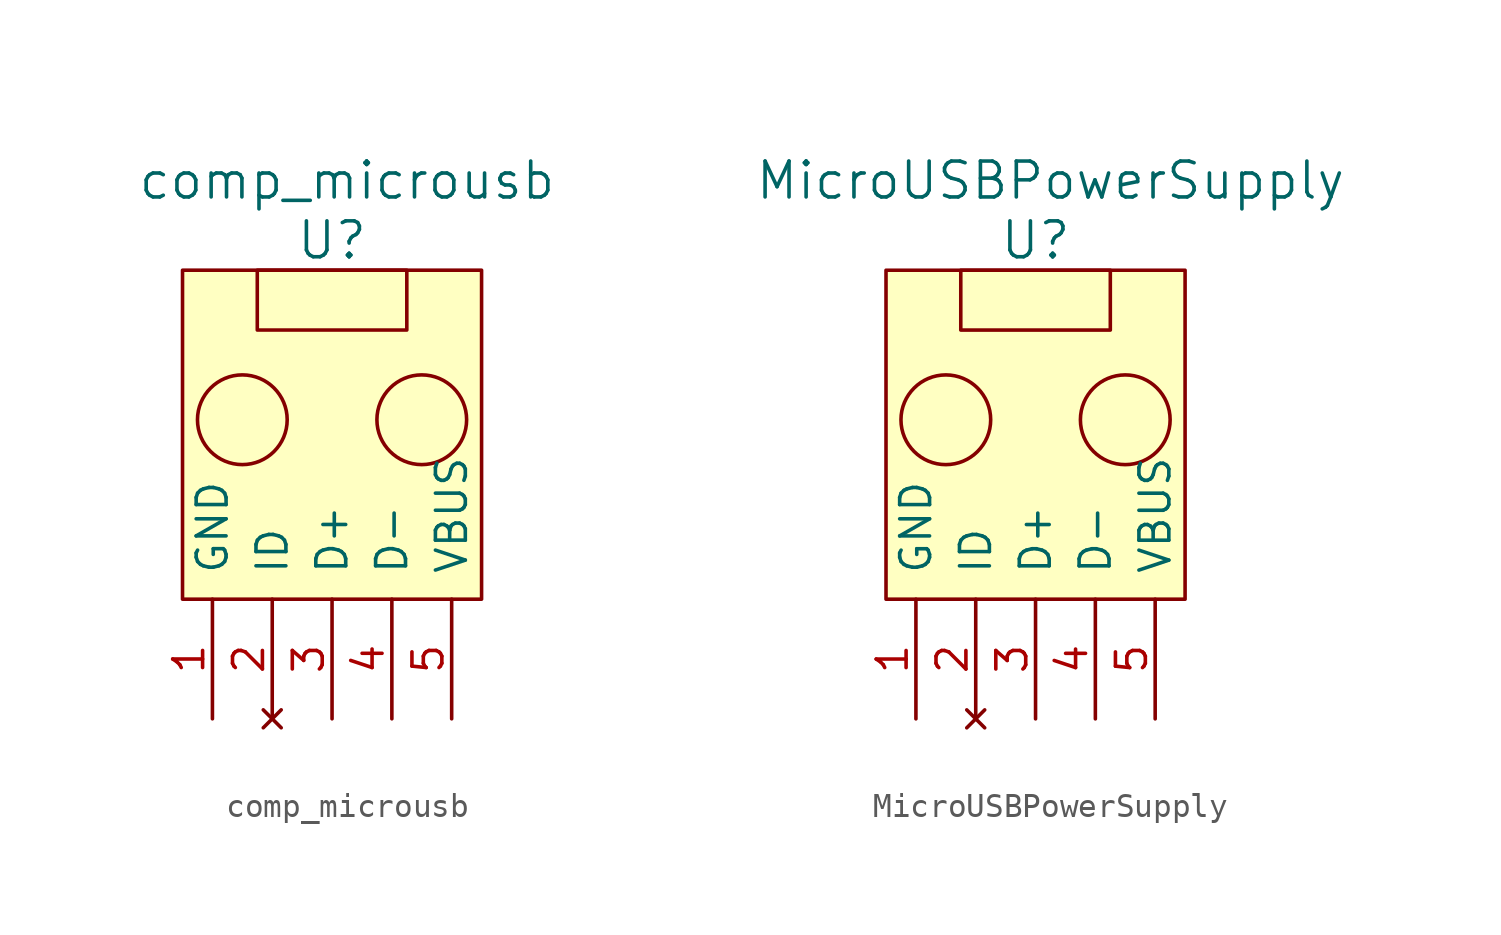
<source format=kicad_sym>
(kicad_symbol_lib
  (version 20231120)
  (generator "kicad_symbol_editor")
  (generator_version "8.0")
  (symbol "comp_microusb"
    (pin_names
      (offset 1.016))
    (property "Reference" "U"
      (at 0 7.62 0)
      (effects (font (size 1.524 1.524))))
    (property "Value" "comp_microusb"
      (at 0.635 10.16 0)
      (effects (font (size 1.524 1.524))))
    (symbol "comp_microusb_0_1"
      (rectangle (start -6.35 -7.62) (end 6.35 6.35) (stroke (width 0) (type solid)) (fill (type background)))
      (circle (center -3.81 0) (radius 1.905) (stroke (width 0) (type solid)) (fill (type none)))
      (rectangle (start -3.175 6.35) (end 3.175 3.81) (stroke (width 0) (type solid)) (fill (type none)))
      (circle (center 3.81 0) (radius 1.905) (stroke (width 0) (type solid)) (fill (type none))))
    (symbol "comp_microusb_1_1"
      (pin power_out line (at -5.08 -12.7 90) (length 5.08) (name "GND" (effects (font (size 1.27 1.27)))) (number "1" (effects (font (size 1.27 1.27)))))
      (pin no_connect line (at -2.54 -12.7 90) (length 5.08) (name "ID" (effects (font (size 1.27 1.27)))) (number "2" (effects (font (size 1.27 1.27)))))
      (pin input line (at 0 -12.7 90) (length 5.08) (name "D+" (effects (font (size 1.27 1.27)))) (number "3" (effects (font (size 1.27 1.27)))))
      (pin input line (at 2.54 -12.7 90) (length 5.08) (name "D-" (effects (font (size 1.27 1.27)))) (number "4" (effects (font (size 1.27 1.27)))))
      (pin power_out line (at 5.08 -12.7 90) (length 5.08) (name "VBUS" (effects (font (size 1.27 1.27)))) (number "5" (effects (font (size 1.27 1.27)))))))
  (symbol "MicroUSBPowerSupply"
    (pin_names
      (offset 1.016))
    (property "Reference" "U"
      (at 0 7.62 0)
      (effects (font (size 1.524 1.524))))
    (property "Value" "MicroUSBPowerSupply"
      (at 0.635 10.16 0)
      (effects (font (size 1.524 1.524))))
    (symbol "MicroUSBPowerSupply_0_1"
      (rectangle (start -6.35 -7.62) (end 6.35 6.35) (stroke (width 0) (type solid)) (fill (type background)))
      (circle (center -3.81 0) (radius 1.905) (stroke (width 0) (type solid)) (fill (type none)))
      (rectangle (start -3.175 6.35) (end 3.175 3.81) (stroke (width 0) (type solid)) (fill (type none)))
      (circle (center 3.81 0) (radius 1.905) (stroke (width 0) (type solid)) (fill (type none))))
    (symbol "MicroUSBPowerSupply_1_1"
      (pin power_out line (at -5.08 -12.7 90) (length 5.08) (name "GND" (effects (font (size 1.27 1.27)))) (number "1" (effects (font (size 1.27 1.27)))))
      (pin no_connect line (at -2.54 -12.7 90) (length 5.08) (name "ID" (effects (font (size 1.27 1.27)))) (number "2" (effects (font (size 1.27 1.27)))))
      (pin input line (at 0 -12.7 90) (length 5.08) (name "D+" (effects (font (size 1.27 1.27)))) (number "3" (effects (font (size 1.27 1.27)))))
      (pin input line (at 2.54 -12.7 90) (length 5.08) (name "D-" (effects (font (size 1.27 1.27)))) (number "4" (effects (font (size 1.27 1.27)))))
      (pin power_out line (at 5.08 -12.7 90) (length 5.08) (name "VBUS" (effects (font (size 1.27 1.27)))) (number "5" (effects (font (size 1.27 1.27))))))))
</source>
